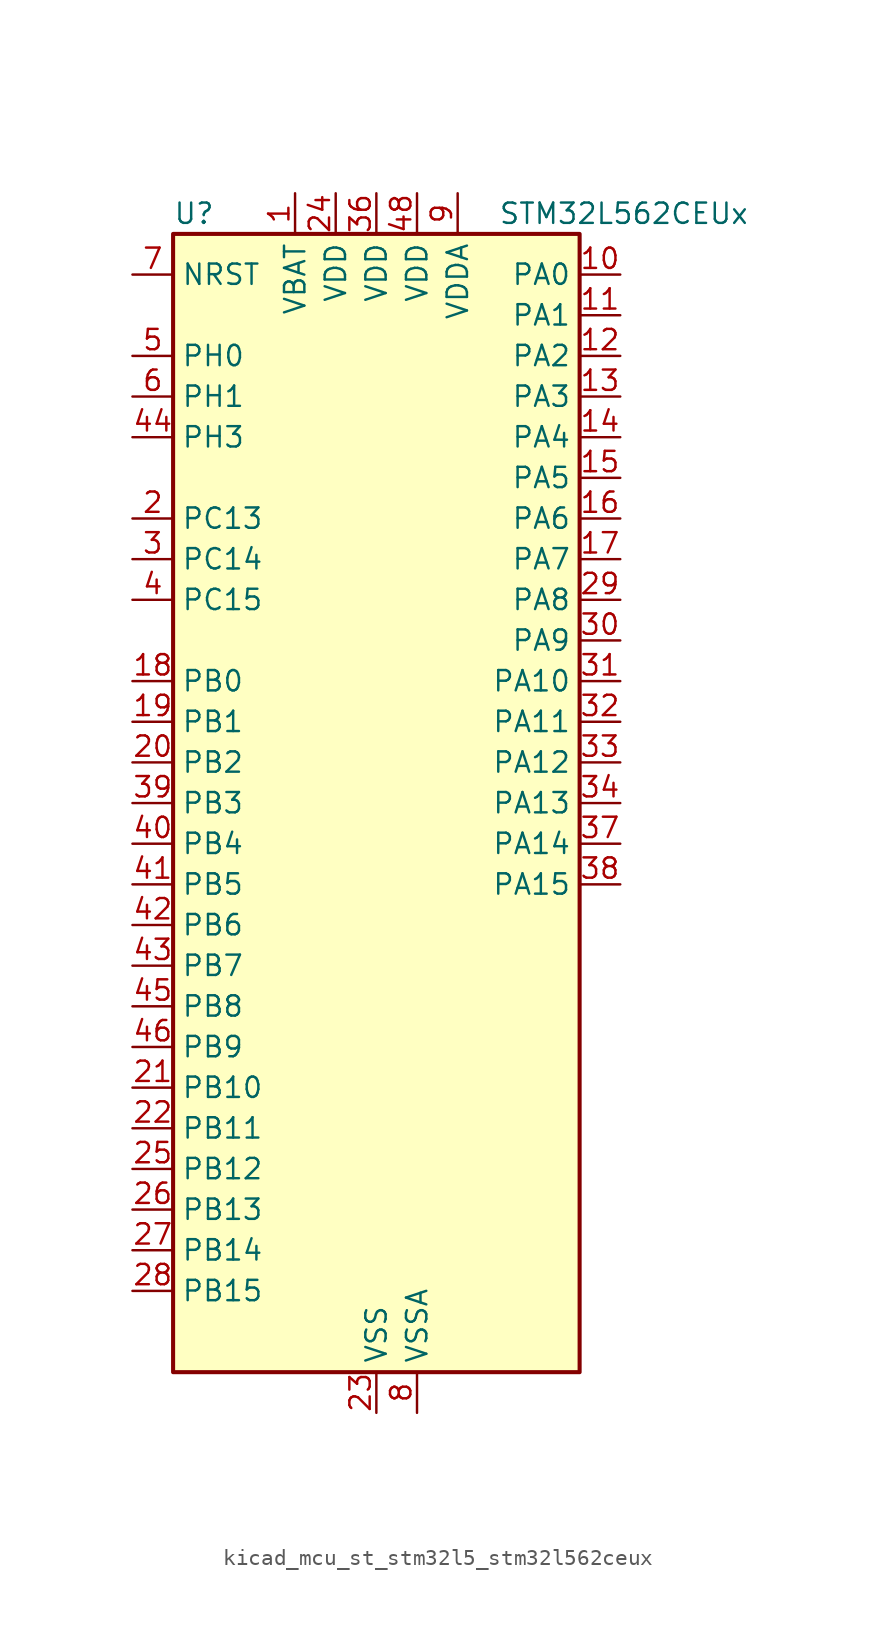
<source format=kicad_sym>
(kicad_symbol_lib
  (version 20220914)
  (generator kicad_symbol_editor)
  (symbol "kicad_mcu_st_stm32l5_stm32l562ceux"
    (property "Reference" "U"
      (at -12.7 36.83 0)
      (effects (font (size 1.27 1.27)) (justify left)))
    (property "Value" "STM32L562CEUx"
      (at 7.62 36.83 0)
      (effects (font (size 1.27 1.27)) (justify left)))
    (property "ki_locked" ""
      (at 0 0 0)
      (effects (font (size 1.27 1.27))))
    (symbol "kicad_mcu_st_stm32l5_stm32l562ceux_0_1"
      (rectangle (start -12.7 -35.56) (end 12.7 35.56) (stroke (width 0.254) (type default)) (fill (type background))))
    (symbol "kicad_mcu_st_stm32l5_stm32l562ceux_1_1"
      (pin power_in line (at -5.08 38.1 270) (length 2.54) (name "VBAT" (effects (font (size 1.27 1.27)))) (number "1" (effects (font (size 1.27 1.27)))))
      (pin bidirectional line (at 15.24 33.02 180) (length 2.54) (name "PA0" (effects (font (size 1.27 1.27)))) (number "10" (effects (font (size 1.27 1.27)))) (alternate "ADC1_IN5" bidirectional line) (alternate "ADC2_IN5" bidirectional line) (alternate "OPAMP1_VINP" bidirectional line) (alternate "PWR_WKUP1" bidirectional line) (alternate "SAI1_EXTCLK" bidirectional line) (alternate "TAMP_IN2" bidirectional line) (alternate "TAMP_OUT1" bidirectional line) (alternate "TIM2_CH1" bidirectional line) (alternate "TIM2_ETR" bidirectional line) (alternate "TIM5_CH1" bidirectional line) (alternate "TIM8_ETR" bidirectional line) (alternate "UART4_TX" bidirectional line) (alternate "USART2_CTS" bidirectional line) (alternate "USART2_NSS" bidirectional line))
      (pin bidirectional line (at 15.24 30.48 180) (length 2.54) (name "PA1" (effects (font (size 1.27 1.27)))) (number "11" (effects (font (size 1.27 1.27)))) (alternate "ADC1_IN6" bidirectional line) (alternate "ADC2_IN6" bidirectional line) (alternate "I2C1_SMBA" bidirectional line) (alternate "OCTOSPI1_DQS" bidirectional line) (alternate "OPAMP1_VINM" bidirectional line) (alternate "SPI1_SCK" bidirectional line) (alternate "TAMP_IN5" bidirectional line) (alternate "TAMP_OUT4" bidirectional line) (alternate "TIM15_CH1N" bidirectional line) (alternate "TIM2_CH2" bidirectional line) (alternate "TIM5_CH2" bidirectional line) (alternate "UART4_RX" bidirectional line) (alternate "USART2_DE" bidirectional line) (alternate "USART2_RTS" bidirectional line))
      (pin bidirectional line (at 15.24 27.94 180) (length 2.54) (name "PA2" (effects (font (size 1.27 1.27)))) (number "12" (effects (font (size 1.27 1.27)))) (alternate "ADC1_IN7" bidirectional line) (alternate "ADC2_IN7" bidirectional line) (alternate "COMP1_INP" bidirectional line) (alternate "LPUART1_TX" bidirectional line) (alternate "OCTOSPI1_NCS" bidirectional line) (alternate "PWR_WKUP4" bidirectional line) (alternate "RCC_LSCO" bidirectional line) (alternate "SAI2_EXTCLK" bidirectional line) (alternate "TIM15_CH1" bidirectional line) (alternate "TIM2_CH3" bidirectional line) (alternate "TIM5_CH3" bidirectional line) (alternate "UCPD1_FRSTX1" bidirectional line) (alternate "USART2_TX" bidirectional line))
      (pin bidirectional line (at 15.24 25.4 180) (length 2.54) (name "PA3" (effects (font (size 1.27 1.27)))) (number "13" (effects (font (size 1.27 1.27)))) (alternate "ADC1_IN8" bidirectional line) (alternate "ADC2_IN8" bidirectional line) (alternate "LPUART1_RX" bidirectional line) (alternate "OCTOSPI1_CLK" bidirectional line) (alternate "OPAMP1_VOUT" bidirectional line) (alternate "SAI1_CK1" bidirectional line) (alternate "SAI1_MCLK_A" bidirectional line) (alternate "TIM15_CH2" bidirectional line) (alternate "TIM2_CH4" bidirectional line) (alternate "TIM5_CH4" bidirectional line) (alternate "USART2_RX" bidirectional line))
      (pin bidirectional line (at 15.24 22.86 180) (length 2.54) (name "PA4" (effects (font (size 1.27 1.27)))) (number "14" (effects (font (size 1.27 1.27)))) (alternate "ADC1_IN9" bidirectional line) (alternate "ADC2_IN9" bidirectional line) (alternate "DAC1_OUT1" bidirectional line) (alternate "LPTIM2_OUT" bidirectional line) (alternate "OCTOSPI1_NCS" bidirectional line) (alternate "SAI1_FS_B" bidirectional line) (alternate "SPI1_NSS" bidirectional line) (alternate "SPI3_NSS" bidirectional line) (alternate "USART2_CK" bidirectional line))
      (pin bidirectional line (at 15.24 20.32 180) (length 2.54) (name "PA5" (effects (font (size 1.27 1.27)))) (number "15" (effects (font (size 1.27 1.27)))) (alternate "ADC1_IN10" bidirectional line) (alternate "ADC2_IN10" bidirectional line) (alternate "DAC1_OUT2" bidirectional line) (alternate "LPTIM2_ETR" bidirectional line) (alternate "SPI1_SCK" bidirectional line) (alternate "TIM2_CH1" bidirectional line) (alternate "TIM2_ETR" bidirectional line) (alternate "TIM8_CH1N" bidirectional line))
      (pin bidirectional line (at 15.24 17.78 180) (length 2.54) (name "PA6" (effects (font (size 1.27 1.27)))) (number "16" (effects (font (size 1.27 1.27)))) (alternate "ADC1_IN11" bidirectional line) (alternate "ADC2_IN11" bidirectional line) (alternate "LPUART1_CTS" bidirectional line) (alternate "OCTOSPI1_IO3" bidirectional line) (alternate "OPAMP2_VINP" bidirectional line) (alternate "SPI1_MISO" bidirectional line) (alternate "TIM16_CH1" bidirectional line) (alternate "TIM1_BKIN" bidirectional line) (alternate "TIM3_CH1" bidirectional line) (alternate "TIM8_BKIN" bidirectional line) (alternate "USART3_CTS" bidirectional line) (alternate "USART3_NSS" bidirectional line))
      (pin bidirectional line (at 15.24 15.24 180) (length 2.54) (name "PA7" (effects (font (size 1.27 1.27)))) (number "17" (effects (font (size 1.27 1.27)))) (alternate "ADC1_IN12" bidirectional line) (alternate "ADC2_IN12" bidirectional line) (alternate "I2C3_SCL" bidirectional line) (alternate "OCTOSPI1_IO2" bidirectional line) (alternate "OPAMP2_VINM" bidirectional line) (alternate "SPI1_MOSI" bidirectional line) (alternate "TIM17_CH1" bidirectional line) (alternate "TIM1_CH1N" bidirectional line) (alternate "TIM3_CH2" bidirectional line) (alternate "TIM8_CH1N" bidirectional line))
      (pin bidirectional line (at -15.24 7.62 0) (length 2.54) (name "PB0" (effects (font (size 1.27 1.27)))) (number "18" (effects (font (size 1.27 1.27)))) (alternate "ADC1_IN15" bidirectional line) (alternate "ADC2_IN15" bidirectional line) (alternate "COMP1_OUT" bidirectional line) (alternate "OCTOSPI1_IO1" bidirectional line) (alternate "OPAMP2_VOUT" bidirectional line) (alternate "SAI1_EXTCLK" bidirectional line) (alternate "SPI1_NSS" bidirectional line) (alternate "TIM1_CH2N" bidirectional line) (alternate "TIM3_CH3" bidirectional line) (alternate "TIM8_CH2N" bidirectional line) (alternate "USART3_CK" bidirectional line))
      (pin bidirectional line (at -15.24 5.08 0) (length 2.54) (name "PB1" (effects (font (size 1.27 1.27)))) (number "19" (effects (font (size 1.27 1.27)))) (alternate "ADC1_IN16" bidirectional line) (alternate "ADC2_IN16" bidirectional line) (alternate "COMP1_INM" bidirectional line) (alternate "DFSDM1_DATIN0" bidirectional line) (alternate "LPTIM2_IN1" bidirectional line) (alternate "LPUART1_DE" bidirectional line) (alternate "LPUART1_RTS" bidirectional line) (alternate "OCTOSPI1_IO0" bidirectional line) (alternate "TIM1_CH3N" bidirectional line) (alternate "TIM3_CH4" bidirectional line) (alternate "TIM8_CH3N" bidirectional line) (alternate "USART3_DE" bidirectional line) (alternate "USART3_RTS" bidirectional line))
      (pin bidirectional line (at -15.24 17.78 0) (length 2.54) (name "PC13" (effects (font (size 1.27 1.27)))) (number "2" (effects (font (size 1.27 1.27)))) (alternate "PWR_WKUP2" bidirectional line) (alternate "RTC_OUT1" bidirectional line) (alternate "RTC_TS" bidirectional line) (alternate "TAMP_IN1" bidirectional line) (alternate "TAMP_OUT2" bidirectional line))
      (pin bidirectional line (at -15.24 2.54 0) (length 2.54) (name "PB2" (effects (font (size 1.27 1.27)))) (number "20" (effects (font (size 1.27 1.27)))) (alternate "COMP1_INP" bidirectional line) (alternate "DFSDM1_CKIN0" bidirectional line) (alternate "I2C3_SMBA" bidirectional line) (alternate "LPTIM1_OUT" bidirectional line) (alternate "OCTOSPI1_DQS" bidirectional line) (alternate "RTC_OUT2" bidirectional line) (alternate "UCPD1_FRSTX1" bidirectional line))
      (pin bidirectional line (at -15.24 -17.78 0) (length 2.54) (name "PB10" (effects (font (size 1.27 1.27)))) (number "21" (effects (font (size 1.27 1.27)))) (alternate "COMP1_OUT" bidirectional line) (alternate "I2C2_SCL" bidirectional line) (alternate "I2C4_SCL" bidirectional line) (alternate "LPTIM3_OUT" bidirectional line) (alternate "LPUART1_RX" bidirectional line) (alternate "OCTOSPI1_CLK" bidirectional line) (alternate "SAI1_SCK_A" bidirectional line) (alternate "SPI2_SCK" bidirectional line) (alternate "TIM2_CH3" bidirectional line) (alternate "TSC_SYNC" bidirectional line) (alternate "USART3_TX" bidirectional line))
      (pin bidirectional line (at -15.24 -20.32 0) (length 2.54) (name "PB11" (effects (font (size 1.27 1.27)))) (number "22" (effects (font (size 1.27 1.27)))) (alternate "ADC1_EXTI11" bidirectional line) (alternate "ADC2_EXTI11" bidirectional line) (alternate "COMP2_OUT" bidirectional line) (alternate "I2C2_SDA" bidirectional line) (alternate "I2C4_SDA" bidirectional line) (alternate "LPUART1_TX" bidirectional line) (alternate "OCTOSPI1_NCS" bidirectional line) (alternate "TIM2_CH4" bidirectional line) (alternate "USART3_RX" bidirectional line))
      (pin power_in line (at 0 -38.1 90) (length 2.54) (name "VSS" (effects (font (size 1.27 1.27)))) (number "23" (effects (font (size 1.27 1.27)))))
      (pin power_in line (at -2.54 38.1 270) (length 2.54) (name "VDD" (effects (font (size 1.27 1.27)))) (number "24" (effects (font (size 1.27 1.27)))))
      (pin bidirectional line (at -15.24 -22.86 0) (length 2.54) (name "PB12" (effects (font (size 1.27 1.27)))) (number "25" (effects (font (size 1.27 1.27)))) (alternate "DFSDM1_DATIN1" bidirectional line) (alternate "I2C2_SMBA" bidirectional line) (alternate "LPUART1_DE" bidirectional line) (alternate "LPUART1_RTS" bidirectional line) (alternate "OCTOSPI1_NCLK" bidirectional line) (alternate "SAI2_FS_A" bidirectional line) (alternate "SPI2_NSS" bidirectional line) (alternate "TIM15_BKIN" bidirectional line) (alternate "TIM1_BKIN" bidirectional line) (alternate "TSC_G1_IO1" bidirectional line) (alternate "USART3_CK" bidirectional line))
      (pin bidirectional line (at -15.24 -25.4 0) (length 2.54) (name "PB13" (effects (font (size 1.27 1.27)))) (number "26" (effects (font (size 1.27 1.27)))) (alternate "DFSDM1_CKIN1" bidirectional line) (alternate "I2C2_SCL" bidirectional line) (alternate "LPTIM3_IN1" bidirectional line) (alternate "LPUART1_CTS" bidirectional line) (alternate "SAI2_SCK_A" bidirectional line) (alternate "SPI2_SCK" bidirectional line) (alternate "TIM15_CH1N" bidirectional line) (alternate "TIM1_CH1N" bidirectional line) (alternate "TSC_G1_IO2" bidirectional line) (alternate "UCPD1_FRSTX2" bidirectional line) (alternate "USART3_CTS" bidirectional line) (alternate "USART3_NSS" bidirectional line))
      (pin bidirectional line (at -15.24 -27.94 0) (length 2.54) (name "PB14" (effects (font (size 1.27 1.27)))) (number "27" (effects (font (size 1.27 1.27)))) (alternate "DFSDM1_DATIN2" bidirectional line) (alternate "I2C2_SDA" bidirectional line) (alternate "LPTIM3_ETR" bidirectional line) (alternate "SAI2_MCLK_A" bidirectional line) (alternate "SPI2_MISO" bidirectional line) (alternate "TIM15_CH1" bidirectional line) (alternate "TIM1_CH2N" bidirectional line) (alternate "TIM8_CH2N" bidirectional line) (alternate "TSC_G1_IO3" bidirectional line) (alternate "UCPD1_DBCC2" bidirectional line) (alternate "USART3_DE" bidirectional line) (alternate "USART3_RTS" bidirectional line))
      (pin bidirectional line (at -15.24 -30.48 0) (length 2.54) (name "PB15" (effects (font (size 1.27 1.27)))) (number "28" (effects (font (size 1.27 1.27)))) (alternate "ADC1_EXTI15" bidirectional line) (alternate "ADC2_EXTI15" bidirectional line) (alternate "DFSDM1_CKIN2" bidirectional line) (alternate "RTC_REFIN" bidirectional line) (alternate "SAI2_SD_A" bidirectional line) (alternate "SPI2_MOSI" bidirectional line) (alternate "TIM15_CH2" bidirectional line) (alternate "TIM1_CH3N" bidirectional line) (alternate "TIM8_CH3N" bidirectional line) (alternate "UCPD1_CC2" bidirectional line))
      (pin bidirectional line (at 15.24 12.7 180) (length 2.54) (name "PA8" (effects (font (size 1.27 1.27)))) (number "29" (effects (font (size 1.27 1.27)))) (alternate "LPTIM2_OUT" bidirectional line) (alternate "RCC_MCO" bidirectional line) (alternate "SAI1_CK2" bidirectional line) (alternate "SAI1_SCK_A" bidirectional line) (alternate "TIM1_CH1" bidirectional line) (alternate "USART1_CK" bidirectional line))
      (pin bidirectional line (at -15.24 15.24 0) (length 2.54) (name "PC14" (effects (font (size 1.27 1.27)))) (number "3" (effects (font (size 1.27 1.27)))) (alternate "RCC_OSC32_IN" bidirectional line))
      (pin bidirectional line (at 15.24 10.16 180) (length 2.54) (name "PA9" (effects (font (size 1.27 1.27)))) (number "30" (effects (font (size 1.27 1.27)))) (alternate "DAC1_EXTI9" bidirectional line) (alternate "SAI1_FS_A" bidirectional line) (alternate "SPI2_SCK" bidirectional line) (alternate "TIM15_BKIN" bidirectional line) (alternate "TIM1_CH2" bidirectional line) (alternate "USART1_TX" bidirectional line))
      (pin bidirectional line (at 15.24 7.62 180) (length 2.54) (name "PA10" (effects (font (size 1.27 1.27)))) (number "31" (effects (font (size 1.27 1.27)))) (alternate "CRS_SYNC" bidirectional line) (alternate "SAI1_D1" bidirectional line) (alternate "SAI1_SD_A" bidirectional line) (alternate "TIM17_BKIN" bidirectional line) (alternate "TIM1_CH3" bidirectional line) (alternate "USART1_RX" bidirectional line))
      (pin bidirectional line (at 15.24 5.08 180) (length 2.54) (name "PA11" (effects (font (size 1.27 1.27)))) (number "32" (effects (font (size 1.27 1.27)))) (alternate "ADC1_EXTI11" bidirectional line) (alternate "ADC2_EXTI11" bidirectional line) (alternate "FDCAN1_RX" bidirectional line) (alternate "SPI1_MISO" bidirectional line) (alternate "TIM1_BKIN2" bidirectional line) (alternate "TIM1_CH4" bidirectional line) (alternate "USART1_CTS" bidirectional line) (alternate "USART1_NSS" bidirectional line) (alternate "USB_DM" bidirectional line))
      (pin bidirectional line (at 15.24 2.54 180) (length 2.54) (name "PA12" (effects (font (size 1.27 1.27)))) (number "33" (effects (font (size 1.27 1.27)))) (alternate "FDCAN1_TX" bidirectional line) (alternate "SPI1_MOSI" bidirectional line) (alternate "TIM1_ETR" bidirectional line) (alternate "USART1_DE" bidirectional line) (alternate "USART1_RTS" bidirectional line) (alternate "USB_DP" bidirectional line))
      (pin bidirectional line (at 15.24 0 180) (length 2.54) (name "PA13" (effects (font (size 1.27 1.27)))) (number "34" (effects (font (size 1.27 1.27)))) (alternate "DEBUG_JTMS-SWDIO" bidirectional line) (alternate "IR_OUT" bidirectional line) (alternate "SAI1_SD_B" bidirectional line) (alternate "USB_NOE" bidirectional line))
      (pin passive line (at 0 -38.1 90) (length 2.54) hide (name "VSS" (effects (font (size 1.27 1.27)))) (number "35" (effects (font (size 1.27 1.27)))))
      (pin power_in line (at 0 38.1 270) (length 2.54) (name "VDD" (effects (font (size 1.27 1.27)))) (number "36" (effects (font (size 1.27 1.27)))))
      (pin bidirectional line (at 15.24 -2.54 180) (length 2.54) (name "PA14" (effects (font (size 1.27 1.27)))) (number "37" (effects (font (size 1.27 1.27)))) (alternate "DEBUG_JTCK-SWCLK" bidirectional line) (alternate "I2C1_SMBA" bidirectional line) (alternate "I2C4_SMBA" bidirectional line) (alternate "LPTIM1_OUT" bidirectional line) (alternate "SAI1_FS_B" bidirectional line))
      (pin bidirectional line (at 15.24 -5.08 180) (length 2.54) (name "PA15" (effects (font (size 1.27 1.27)))) (number "38" (effects (font (size 1.27 1.27)))) (alternate "ADC1_EXTI15" bidirectional line) (alternate "ADC2_EXTI15" bidirectional line) (alternate "DEBUG_JTDI" bidirectional line) (alternate "SAI2_FS_B" bidirectional line) (alternate "SPI1_NSS" bidirectional line) (alternate "SPI3_NSS" bidirectional line) (alternate "TIM2_CH1" bidirectional line) (alternate "TIM2_ETR" bidirectional line) (alternate "UART4_DE" bidirectional line) (alternate "UART4_RTS" bidirectional line) (alternate "UCPD1_CC1" bidirectional line) (alternate "USART2_RX" bidirectional line) (alternate "USART3_DE" bidirectional line) (alternate "USART3_RTS" bidirectional line))
      (pin bidirectional line (at -15.24 0 0) (length 2.54) (name "PB3" (effects (font (size 1.27 1.27)))) (number "39" (effects (font (size 1.27 1.27)))) (alternate "COMP2_INM" bidirectional line) (alternate "CRS_SYNC" bidirectional line) (alternate "DEBUG_JTDO-SWO" bidirectional line) (alternate "SAI1_SCK_B" bidirectional line) (alternate "SPI1_SCK" bidirectional line) (alternate "SPI3_SCK" bidirectional line) (alternate "TIM2_CH2" bidirectional line) (alternate "USART1_DE" bidirectional line) (alternate "USART1_RTS" bidirectional line))
      (pin bidirectional line (at -15.24 12.7 0) (length 2.54) (name "PC15" (effects (font (size 1.27 1.27)))) (number "4" (effects (font (size 1.27 1.27)))) (alternate "ADC1_EXTI15" bidirectional line) (alternate "ADC2_EXTI15" bidirectional line) (alternate "RCC_OSC32_OUT" bidirectional line))
      (pin bidirectional line (at -15.24 -2.54 0) (length 2.54) (name "PB4" (effects (font (size 1.27 1.27)))) (number "40" (effects (font (size 1.27 1.27)))) (alternate "COMP2_INP" bidirectional line) (alternate "DEBUG_JTRST" bidirectional line) (alternate "I2C3_SDA" bidirectional line) (alternate "SAI1_MCLK_B" bidirectional line) (alternate "SPI1_MISO" bidirectional line) (alternate "SPI3_MISO" bidirectional line) (alternate "TIM17_BKIN" bidirectional line) (alternate "TIM3_CH1" bidirectional line) (alternate "TSC_G2_IO1" bidirectional line) (alternate "USART1_CTS" bidirectional line) (alternate "USART1_NSS" bidirectional line))
      (pin bidirectional line (at -15.24 -5.08 0) (length 2.54) (name "PB5" (effects (font (size 1.27 1.27)))) (number "41" (effects (font (size 1.27 1.27)))) (alternate "COMP2_OUT" bidirectional line) (alternate "I2C1_SMBA" bidirectional line) (alternate "LPTIM1_IN1" bidirectional line) (alternate "OCTOSPI1_NCLK" bidirectional line) (alternate "SAI1_SD_B" bidirectional line) (alternate "SPI1_MOSI" bidirectional line) (alternate "SPI3_MOSI" bidirectional line) (alternate "TIM16_BKIN" bidirectional line) (alternate "TIM3_CH2" bidirectional line) (alternate "TSC_G2_IO2" bidirectional line) (alternate "UCPD1_DBCC1" bidirectional line) (alternate "USART1_CK" bidirectional line))
      (pin bidirectional line (at -15.24 -7.62 0) (length 2.54) (name "PB6" (effects (font (size 1.27 1.27)))) (number "42" (effects (font (size 1.27 1.27)))) (alternate "COMP2_INP" bidirectional line) (alternate "I2C1_SCL" bidirectional line) (alternate "I2C4_SCL" bidirectional line) (alternate "LPTIM1_ETR" bidirectional line) (alternate "SAI1_FS_B" bidirectional line) (alternate "TIM16_CH1N" bidirectional line) (alternate "TIM4_CH1" bidirectional line) (alternate "TIM8_BKIN2" bidirectional line) (alternate "TSC_G2_IO3" bidirectional line) (alternate "USART1_TX" bidirectional line))
      (pin bidirectional line (at -15.24 -10.16 0) (length 2.54) (name "PB7" (effects (font (size 1.27 1.27)))) (number "43" (effects (font (size 1.27 1.27)))) (alternate "COMP2_INM" bidirectional line) (alternate "I2C1_SDA" bidirectional line) (alternate "I2C4_SDA" bidirectional line) (alternate "LPTIM1_IN2" bidirectional line) (alternate "PWR_PVD_IN" bidirectional line) (alternate "TIM17_CH1N" bidirectional line) (alternate "TIM4_CH2" bidirectional line) (alternate "TIM8_BKIN" bidirectional line) (alternate "TSC_G2_IO4" bidirectional line) (alternate "UART4_CTS" bidirectional line) (alternate "USART1_RX" bidirectional line))
      (pin bidirectional line (at -15.24 22.86 0) (length 2.54) (name "PH3" (effects (font (size 1.27 1.27)))) (number "44" (effects (font (size 1.27 1.27)))))
      (pin bidirectional line (at -15.24 -12.7 0) (length 2.54) (name "PB8" (effects (font (size 1.27 1.27)))) (number "45" (effects (font (size 1.27 1.27)))) (alternate "DFSDM1_CKOUT" bidirectional line) (alternate "FDCAN1_RX" bidirectional line) (alternate "I2C1_SCL" bidirectional line) (alternate "SAI1_CK1" bidirectional line) (alternate "SAI1_MCLK_A" bidirectional line) (alternate "TIM16_CH1" bidirectional line) (alternate "TIM4_CH3" bidirectional line))
      (pin bidirectional line (at -15.24 -15.24 0) (length 2.54) (name "PB9" (effects (font (size 1.27 1.27)))) (number "46" (effects (font (size 1.27 1.27)))) (alternate "DAC1_EXTI9" bidirectional line) (alternate "FDCAN1_TX" bidirectional line) (alternate "I2C1_SDA" bidirectional line) (alternate "IR_OUT" bidirectional line) (alternate "SAI1_D2" bidirectional line) (alternate "SAI1_FS_A" bidirectional line) (alternate "SPI2_NSS" bidirectional line) (alternate "TIM17_CH1" bidirectional line) (alternate "TIM4_CH4" bidirectional line))
      (pin passive line (at 0 -38.1 90) (length 2.54) hide (name "VSS" (effects (font (size 1.27 1.27)))) (number "47" (effects (font (size 1.27 1.27)))))
      (pin power_in line (at 2.54 38.1 270) (length 2.54) (name "VDD" (effects (font (size 1.27 1.27)))) (number "48" (effects (font (size 1.27 1.27)))))
      (pin passive line (at 0 -38.1 90) (length 2.54) hide (name "VSS" (effects (font (size 1.27 1.27)))) (number "49" (effects (font (size 1.27 1.27)))))
      (pin bidirectional line (at -15.24 27.94 0) (length 2.54) (name "PH0" (effects (font (size 1.27 1.27)))) (number "5" (effects (font (size 1.27 1.27)))) (alternate "RCC_OSC_IN" bidirectional line))
      (pin bidirectional line (at -15.24 25.4 0) (length 2.54) (name "PH1" (effects (font (size 1.27 1.27)))) (number "6" (effects (font (size 1.27 1.27)))) (alternate "RCC_OSC_OUT" bidirectional line))
      (pin input line (at -15.24 33.02 0) (length 2.54) (name "NRST" (effects (font (size 1.27 1.27)))) (number "7" (effects (font (size 1.27 1.27)))))
      (pin power_in line (at 2.54 -38.1 90) (length 2.54) (name "VSSA" (effects (font (size 1.27 1.27)))) (number "8" (effects (font (size 1.27 1.27)))))
      (pin power_in line (at 5.08 38.1 270) (length 2.54) (name "VDDA" (effects (font (size 1.27 1.27)))) (number "9" (effects (font (size 1.27 1.27))))))))
</source>
